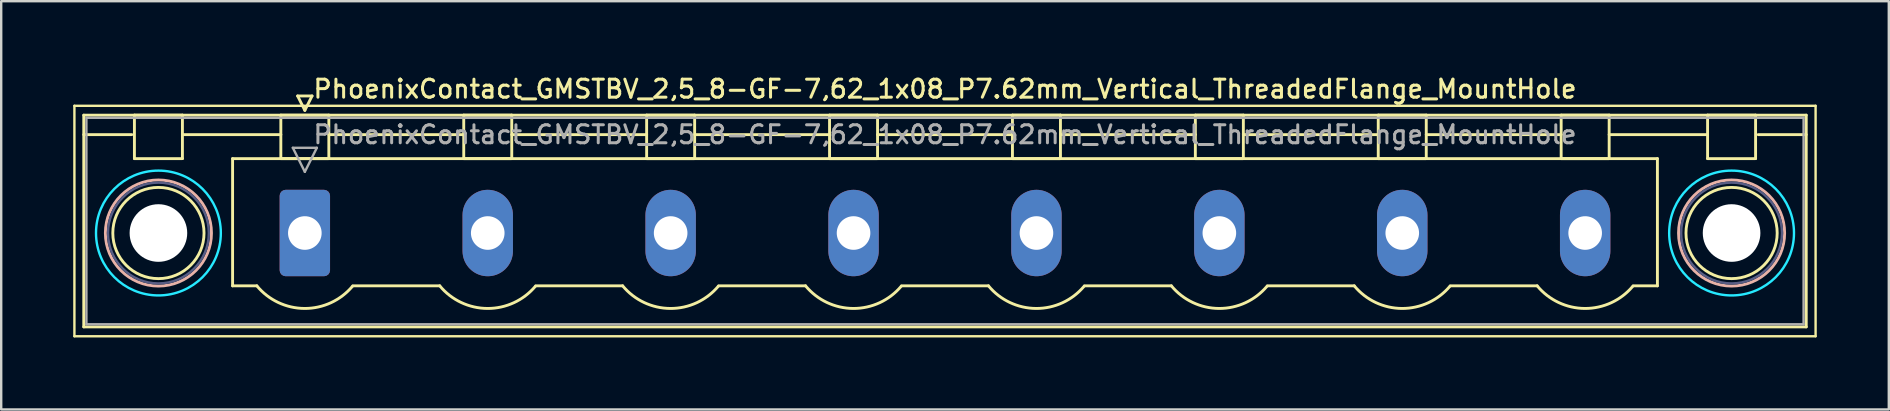
<source format=kicad_pcb>
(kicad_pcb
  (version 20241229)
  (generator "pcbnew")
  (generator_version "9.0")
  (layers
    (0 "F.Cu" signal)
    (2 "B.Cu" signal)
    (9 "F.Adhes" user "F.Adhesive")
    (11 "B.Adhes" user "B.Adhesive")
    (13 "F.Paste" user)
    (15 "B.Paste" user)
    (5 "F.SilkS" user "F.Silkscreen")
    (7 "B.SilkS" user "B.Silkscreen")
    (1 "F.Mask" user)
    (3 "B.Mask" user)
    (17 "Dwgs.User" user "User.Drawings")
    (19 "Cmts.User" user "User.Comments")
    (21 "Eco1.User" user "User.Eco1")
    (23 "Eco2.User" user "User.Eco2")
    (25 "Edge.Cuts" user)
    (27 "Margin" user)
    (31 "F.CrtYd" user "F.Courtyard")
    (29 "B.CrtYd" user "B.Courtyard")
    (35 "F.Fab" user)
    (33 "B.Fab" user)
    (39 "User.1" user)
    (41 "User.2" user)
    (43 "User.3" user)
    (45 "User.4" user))
  (footprint "PhoenixContact_GMSTBV_2,5_8-GF-7,62_1x08_P7.62mm_Vertical_ThreadedFlange_MountHole"
    (layer "F.Cu")
    (at 9.65 6.658)
    (property "Reference" "PhoenixContact_GMSTBV_2,5_8-GF-7,62_1x08_P7.62mm_Vertical_ThreadedFlange_MountHole" (at 26.67 -6 0) (layer "F.SilkS") (effects (font (size 0.75 0.75) (thickness 0.125))))
    (attr through_hole)
    (fp_line (start -9.6 -5.3) (end -9.6 4.3) (stroke (width 0.1) (type solid)) (layer "F.SilkS"))
    (fp_line (start -9.6 4.3) (end 62.94 4.3) (stroke (width 0.1) (type solid)) (layer "F.SilkS"))
    (fp_line (start -9.21 -4.91) (end -9.21 3.91) (stroke (width 0.12) (type solid)) (layer "F.SilkS"))
    (fp_line (start -9.21 -4.1) (end -7.21 -4.1) (stroke (width 0.12) (type solid)) (layer "F.SilkS"))
    (fp_line (start -9.21 3.91) (end 62.55 3.91) (stroke (width 0.12) (type solid)) (layer "F.SilkS"))
    (fp_line (start -7.1 -4.91) (end -5.1 -4.91) (stroke (width 0.12) (type solid)) (layer "F.SilkS"))
    (fp_line (start -7.1 -3.1) (end -7.1 -4.91) (stroke (width 0.12) (type solid)) (layer "F.SilkS"))
    (fp_line (start -5.1 -4.91) (end -5.1 -3.1) (stroke (width 0.12) (type solid)) (layer "F.SilkS"))
    (fp_line (start -5.1 -4.1) (end -1 -4.1) (stroke (width 0.12) (type solid)) (layer "F.SilkS"))
    (fp_line (start -5.1 -3.1) (end -7.1 -3.1) (stroke (width 0.12) (type solid)) (layer "F.SilkS"))
    (fp_line (start -3.01 -3.1) (end 56.35 -3.1) (stroke (width 0.12) (type solid)) (layer "F.SilkS"))
    (fp_line (start -3.01 2.2) (end -3.01 -3.1) (stroke (width 0.12) (type solid)) (layer "F.SilkS"))
    (fp_line (start -2 2.2) (end -3.01 2.2) (stroke (width 0.12) (type solid)) (layer "F.SilkS"))
    (fp_line (start -1 -4.91) (end 1 -4.91) (stroke (width 0.12) (type solid)) (layer "F.SilkS"))
    (fp_line (start -1 -3.1) (end -1 -4.91) (stroke (width 0.12) (type solid)) (layer "F.SilkS"))
    (fp_line (start -0.3 -5.71) (end 0.3 -5.71) (stroke (width 0.12) (type solid)) (layer "F.SilkS"))
    (fp_line (start 0 -5.11) (end -0.3 -5.71) (stroke (width 0.12) (type solid)) (layer "F.SilkS"))
    (fp_line (start 0.3 -5.71) (end 0 -5.11) (stroke (width 0.12) (type solid)) (layer "F.SilkS"))
    (fp_line (start 1 -4.91) (end 1 -3.1) (stroke (width 0.12) (type solid)) (layer "F.SilkS"))
    (fp_line (start 1 -4.1) (end 6.62 -4.1) (stroke (width 0.12) (type solid)) (layer "F.SilkS"))
    (fp_line (start 1 -3.1) (end -1 -3.1) (stroke (width 0.12) (type solid)) (layer "F.SilkS"))
    (fp_line (start 2 2.2) (end 5.62 2.2) (stroke (width 0.12) (type solid)) (layer "F.SilkS"))
    (fp_line (start 6.62 -4.91) (end 8.62 -4.91) (stroke (width 0.12) (type solid)) (layer "F.SilkS"))
    (fp_line (start 6.62 -3.1) (end 6.62 -4.91) (stroke (width 0.12) (type solid)) (layer "F.SilkS"))
    (fp_line (start 8.62 -4.91) (end 8.62 -3.1) (stroke (width 0.12) (type solid)) (layer "F.SilkS"))
    (fp_line (start 8.62 -4.1) (end 14.24 -4.1) (stroke (width 0.12) (type solid)) (layer "F.SilkS"))
    (fp_line (start 8.62 -3.1) (end 6.62 -3.1) (stroke (width 0.12) (type solid)) (layer "F.SilkS"))
    (fp_line (start 9.62 2.2) (end 13.24 2.2) (stroke (width 0.12) (type solid)) (layer "F.SilkS"))
    (fp_line (start 14.24 -4.91) (end 16.24 -4.91) (stroke (width 0.12) (type solid)) (layer "F.SilkS"))
    (fp_line (start 14.24 -3.1) (end 14.24 -4.91) (stroke (width 0.12) (type solid)) (layer "F.SilkS"))
    (fp_line (start 16.24 -4.91) (end 16.24 -3.1) (stroke (width 0.12) (type solid)) (layer "F.SilkS"))
    (fp_line (start 16.24 -4.1) (end 21.86 -4.1) (stroke (width 0.12) (type solid)) (layer "F.SilkS"))
    (fp_line (start 16.24 -3.1) (end 14.24 -3.1) (stroke (width 0.12) (type solid)) (layer "F.SilkS"))
    (fp_line (start 17.24 2.2) (end 20.86 2.2) (stroke (width 0.12) (type solid)) (layer "F.SilkS"))
    (fp_line (start 21.86 -4.91) (end 23.86 -4.91) (stroke (width 0.12) (type solid)) (layer "F.SilkS"))
    (fp_line (start 21.86 -3.1) (end 21.86 -4.91) (stroke (width 0.12) (type solid)) (layer "F.SilkS"))
    (fp_line (start 23.86 -4.91) (end 23.86 -3.1) (stroke (width 0.12) (type solid)) (layer "F.SilkS"))
    (fp_line (start 23.86 -4.1) (end 29.48 -4.1) (stroke (width 0.12) (type solid)) (layer "F.SilkS"))
    (fp_line (start 23.86 -3.1) (end 21.86 -3.1) (stroke (width 0.12) (type solid)) (layer "F.SilkS"))
    (fp_line (start 24.86 2.2) (end 28.48 2.2) (stroke (width 0.12) (type solid)) (layer "F.SilkS"))
    (fp_line (start 29.48 -4.91) (end 31.48 -4.91) (stroke (width 0.12) (type solid)) (layer "F.SilkS"))
    (fp_line (start 29.48 -3.1) (end 29.48 -4.91) (stroke (width 0.12) (type solid)) (layer "F.SilkS"))
    (fp_line (start 31.48 -4.91) (end 31.48 -3.1) (stroke (width 0.12) (type solid)) (layer "F.SilkS"))
    (fp_line (start 31.48 -4.1) (end 37.1 -4.1) (stroke (width 0.12) (type solid)) (layer "F.SilkS"))
    (fp_line (start 31.48 -3.1) (end 29.48 -3.1) (stroke (width 0.12) (type solid)) (layer "F.SilkS"))
    (fp_line (start 32.48 2.2) (end 36.1 2.2) (stroke (width 0.12) (type solid)) (layer "F.SilkS"))
    (fp_line (start 37.1 -4.91) (end 39.1 -4.91) (stroke (width 0.12) (type solid)) (layer "F.SilkS"))
    (fp_line (start 37.1 -3.1) (end 37.1 -4.91) (stroke (width 0.12) (type solid)) (layer "F.SilkS"))
    (fp_line (start 39.1 -4.91) (end 39.1 -3.1) (stroke (width 0.12) (type solid)) (layer "F.SilkS"))
    (fp_line (start 39.1 -4.1) (end 44.72 -4.1) (stroke (width 0.12) (type solid)) (layer "F.SilkS"))
    (fp_line (start 39.1 -3.1) (end 37.1 -3.1) (stroke (width 0.12) (type solid)) (layer "F.SilkS"))
    (fp_line (start 40.1 2.2) (end 43.72 2.2) (stroke (width 0.12) (type solid)) (layer "F.SilkS"))
    (fp_line (start 44.72 -4.91) (end 46.72 -4.91) (stroke (width 0.12) (type solid)) (layer "F.SilkS"))
    (fp_line (start 44.72 -3.1) (end 44.72 -4.91) (stroke (width 0.12) (type solid)) (layer "F.SilkS"))
    (fp_line (start 46.72 -4.91) (end 46.72 -3.1) (stroke (width 0.12) (type solid)) (layer "F.SilkS"))
    (fp_line (start 46.72 -4.1) (end 52.34 -4.1) (stroke (width 0.12) (type solid)) (layer "F.SilkS"))
    (fp_line (start 46.72 -3.1) (end 44.72 -3.1) (stroke (width 0.12) (type solid)) (layer "F.SilkS"))
    (fp_line (start 47.72 2.2) (end 51.34 2.2) (stroke (width 0.12) (type solid)) (layer "F.SilkS"))
    (fp_line (start 52.34 -4.91) (end 54.34 -4.91) (stroke (width 0.12) (type solid)) (layer "F.SilkS"))
    (fp_line (start 52.34 -3.1) (end 52.34 -4.91) (stroke (width 0.12) (type solid)) (layer "F.SilkS"))
    (fp_line (start 54.34 -4.91) (end 54.34 -3.1) (stroke (width 0.12) (type solid)) (layer "F.SilkS"))
    (fp_line (start 54.34 -4.1) (end 58.44 -4.1) (stroke (width 0.12) (type solid)) (layer "F.SilkS"))
    (fp_line (start 54.34 -3.1) (end 52.34 -3.1) (stroke (width 0.12) (type solid)) (layer "F.SilkS"))
    (fp_line (start 56.35 -3.1) (end 56.35 2.2) (stroke (width 0.12) (type solid)) (layer "F.SilkS"))
    (fp_line (start 56.35 2.2) (end 55.34 2.2) (stroke (width 0.12) (type solid)) (layer "F.SilkS"))
    (fp_line (start 58.44 -4.91) (end 60.44 -4.91) (stroke (width 0.12) (type solid)) (layer "F.SilkS"))
    (fp_line (start 58.44 -3.1) (end 58.44 -4.91) (stroke (width 0.12) (type solid)) (layer "F.SilkS"))
    (fp_line (start 60.44 -4.91) (end 60.44 -3.1) (stroke (width 0.12) (type solid)) (layer "F.SilkS"))
    (fp_line (start 60.44 -3.1) (end 58.44 -3.1) (stroke (width 0.12) (type solid)) (layer "F.SilkS"))
    (fp_line (start 62.55 -4.91) (end -9.21 -4.91) (stroke (width 0.12) (type solid)) (layer "F.SilkS"))
    (fp_line (start 62.55 -4.1) (end 60.55 -4.1) (stroke (width 0.12) (type solid)) (layer "F.SilkS"))
    (fp_line (start 62.55 3.91) (end 62.55 -4.91) (stroke (width 0.12) (type solid)) (layer "F.SilkS"))
    (fp_line (start 62.94 -5.3) (end -9.6 -5.3) (stroke (width 0.1) (type solid)) (layer "F.SilkS"))
    (fp_line (start 62.94 4.3) (end 62.94 -5.3) (stroke (width 0.1) (type solid)) (layer "F.SilkS"))
    (fp_arc (start 1.986842 2.215821) (mid -0.010289 3.142758) (end -2 2.2) (stroke (width 0.12) (type solid)) (layer "F.SilkS"))
    (fp_arc (start 9.606842 2.215821) (mid 7.609711 3.142758) (end 5.62 2.2) (stroke (width 0.12) (type solid)) (layer "F.SilkS"))
    (fp_arc (start 17.226842 2.215821) (mid 15.229711 3.142758) (end 13.24 2.2) (stroke (width 0.12) (type solid)) (layer "F.SilkS"))
    (fp_arc (start 24.846842 2.215821) (mid 22.849711 3.142758) (end 20.86 2.2) (stroke (width 0.12) (type solid)) (layer "F.SilkS"))
    (fp_arc (start 32.466842 2.215821) (mid 30.469711 3.142758) (end 28.48 2.2) (stroke (width 0.12) (type solid)) (layer "F.SilkS"))
    (fp_arc (start 40.086842 2.215821) (mid 38.089711 3.142758) (end 36.1 2.2) (stroke (width 0.12) (type solid)) (layer "F.SilkS"))
    (fp_arc (start 47.706842 2.215821) (mid 45.709711 3.142758) (end 43.72 2.2) (stroke (width 0.12) (type solid)) (layer "F.SilkS"))
    (fp_arc (start 55.326842 2.215821) (mid 53.329711 3.142758) (end 51.34 2.2) (stroke (width 0.12) (type solid)) (layer "F.SilkS"))
    (fp_circle (center -6.1 0) (end -4.2 0) (stroke (width 0.12) (type solid)) (fill no) (layer "F.SilkS"))
    (fp_circle (center 59.44 0) (end 61.34 0) (stroke (width 0.12) (type solid)) (fill no) (layer "F.SilkS"))
    (fp_circle (center -6.1 0) (end -3.89 0) (stroke (width 0.12) (type solid)) (fill no) (layer "B.SilkS"))
    (fp_circle (center 59.44 0) (end 61.65 0) (stroke (width 0.12) (type solid)) (fill no) (layer "B.SilkS"))
    (fp_circle (center -6.1 0) (end -3.5 0) (stroke (width 0.1) (type solid)) (fill no) (layer "B.CrtYd"))
    (fp_circle (center 59.44 0) (end 62.04 0) (stroke (width 0.1) (type solid)) (fill no) (layer "B.CrtYd"))
    (fp_circle (center -6.1 0) (end -4 0) (stroke (width 0.1) (type solid)) (fill no) (layer "B.Fab"))
    (fp_circle (center 59.44 0) (end 61.54 0) (stroke (width 0.1) (type solid)) (fill no) (layer "B.Fab"))
    (fp_line (start -9.1 -4.8) (end -9.1 3.8) (stroke (width 0.1) (type solid)) (layer "F.Fab"))
    (fp_line (start -9.1 3.8) (end 62.44 3.8) (stroke (width 0.1) (type solid)) (layer "F.Fab"))
    (fp_line (start -0.5 -3.55) (end 0.5 -3.55) (stroke (width 0.1) (type solid)) (layer "F.Fab"))
    (fp_line (start 0 -2.55) (end -0.5 -3.55) (stroke (width 0.1) (type solid)) (layer "F.Fab"))
    (fp_line (start 0.5 -3.55) (end 0 -2.55) (stroke (width 0.1) (type solid)) (layer "F.Fab"))
    (fp_line (start 62.44 -4.8) (end -9.1 -4.8) (stroke (width 0.1) (type solid)) (layer "F.Fab"))
    (fp_line (start 62.44 3.8) (end 62.44 -4.8) (stroke (width 0.1) (type solid)) (layer "F.Fab"))
    (fp_text user "${REFERENCE}" (at 26.67 -4.1 0) (layer "F.Fab") (effects (font (size 0.75 0.75) (thickness 0.125))))
    (pad "" np_thru_hole circle (at -6.1 0) (size 2.4 2.4) (drill 2.4) (layers "*.Cu" "*.Mask"))
    (pad "" np_thru_hole circle (at 59.44 0) (size 2.4 2.4) (drill 2.4) (layers "*.Cu" "*.Mask"))
    (pad "1" thru_hole roundrect (at 0 0) (size 2.1 3.6) (drill 1.4) (layers "*.Cu" "*.Mask") (roundrect_rratio 0.119))
    (pad "2" thru_hole oval (at 7.62 0) (size 2.1 3.6) (drill 1.4) (layers "*.Cu" "*.Mask"))
    (pad "3" thru_hole oval (at 15.24 0) (size 2.1 3.6) (drill 1.4) (layers "*.Cu" "*.Mask"))
    (pad "4" thru_hole oval (at 22.86 0) (size 2.1 3.6) (drill 1.4) (layers "*.Cu" "*.Mask"))
    (pad "5" thru_hole oval (at 30.48 0) (size 2.1 3.6) (drill 1.4) (layers "*.Cu" "*.Mask"))
    (pad "6" thru_hole oval (at 38.1 0) (size 2.1 3.6) (drill 1.4) (layers "*.Cu" "*.Mask"))
    (pad "7" thru_hole oval (at 45.72 0) (size 2.1 3.6) (drill 1.4) (layers "*.Cu" "*.Mask"))
    (pad "8" thru_hole oval (at 53.34 0) (size 2.1 3.6) (drill 1.4) (layers "*.Cu" "*.Mask")))
  (gr_rect
    (start -3 -3)
    (end 75.64 14.008)
    (stroke (width 0.1) (type default))
    (fill no)
    (layer "Edge.Cuts")))
</source>
